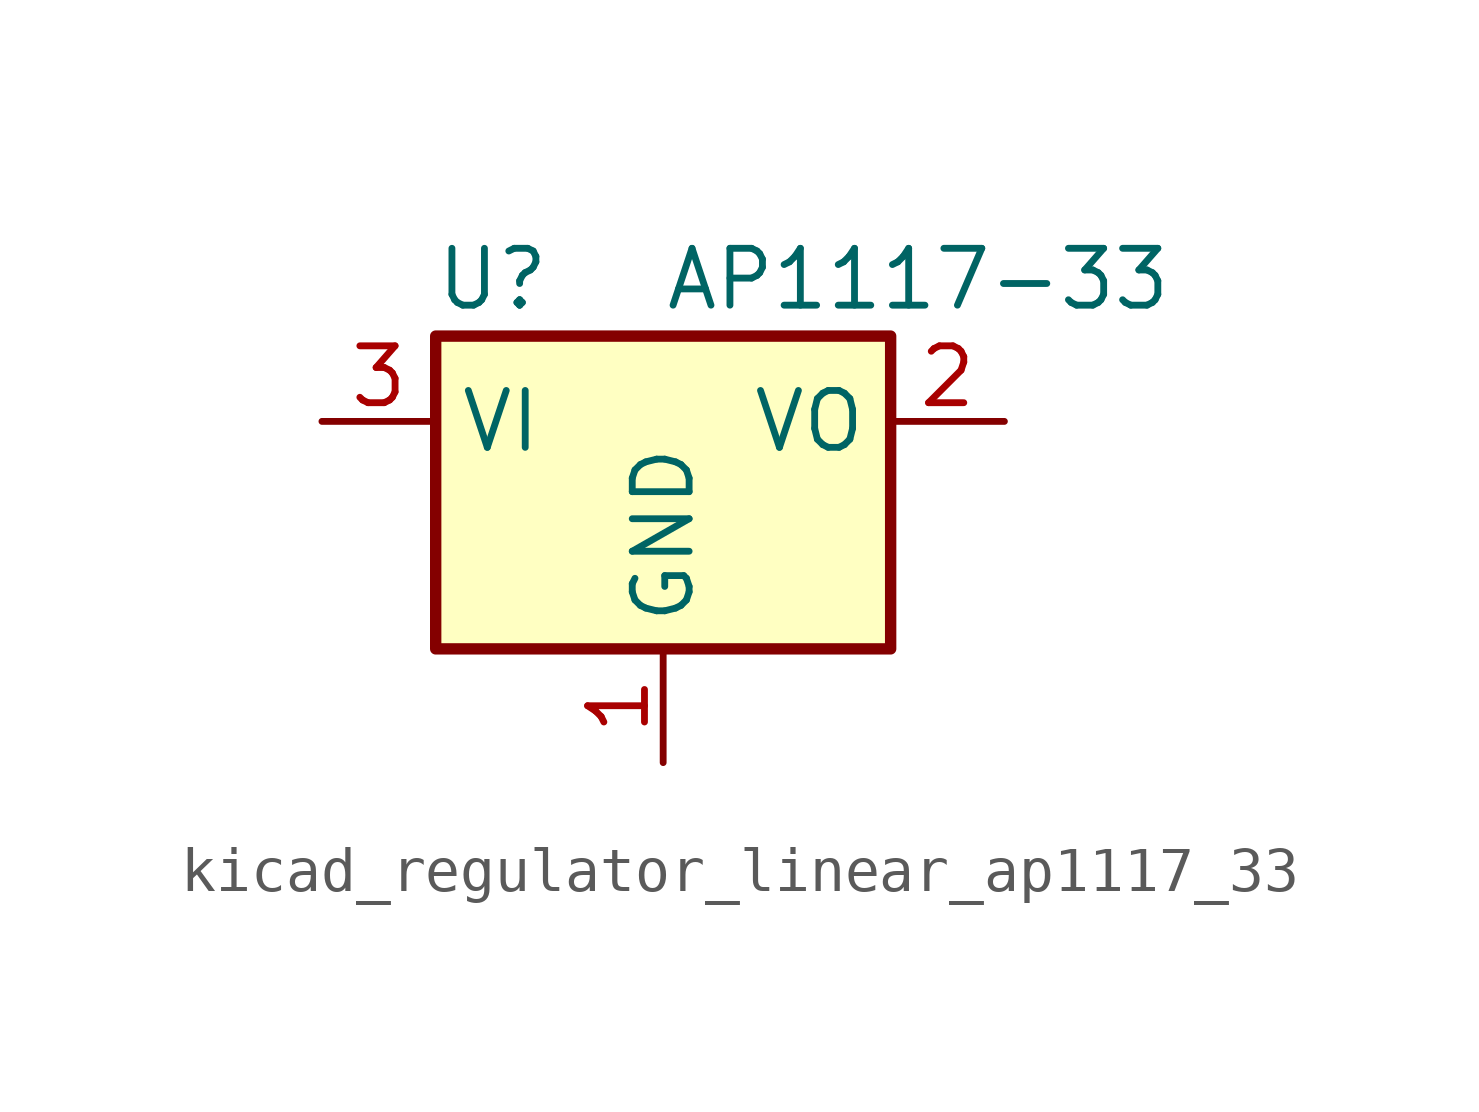
<source format=kicad_sym>
(kicad_symbol_lib
  (version 20220914)
  (generator kicad_symbol_editor)
  (symbol "kicad_regulator_linear_ap1117_33"
    (property "Reference" "U"
      (at -3.81 3.175 0)
      (effects (font (size 1.27 1.27))))
    (property "Value" "AP1117-33"
      (at 0 3.175 0)
      (effects (font (size 1.27 1.27)) (justify left)))
    (symbol "kicad_regulator_linear_ap1117_33_0_1"
      (rectangle (start -5.08 -5.08) (end 5.08 1.905) (stroke (width 0.254) (type default)) (fill (type background))))
    (symbol "kicad_regulator_linear_ap1117_33_1_1"
      (pin power_in line (at 0 -7.62 90) (length 2.54) (name "GND" (effects (font (size 1.27 1.27)))) (number "1" (effects (font (size 1.27 1.27)))))
      (pin power_out line (at 7.62 0 180) (length 2.54) (name "VO" (effects (font (size 1.27 1.27)))) (number "2" (effects (font (size 1.27 1.27)))))
      (pin power_in line (at -7.62 0 0) (length 2.54) (name "VI" (effects (font (size 1.27 1.27)))) (number "3" (effects (font (size 1.27 1.27))))))))
</source>
